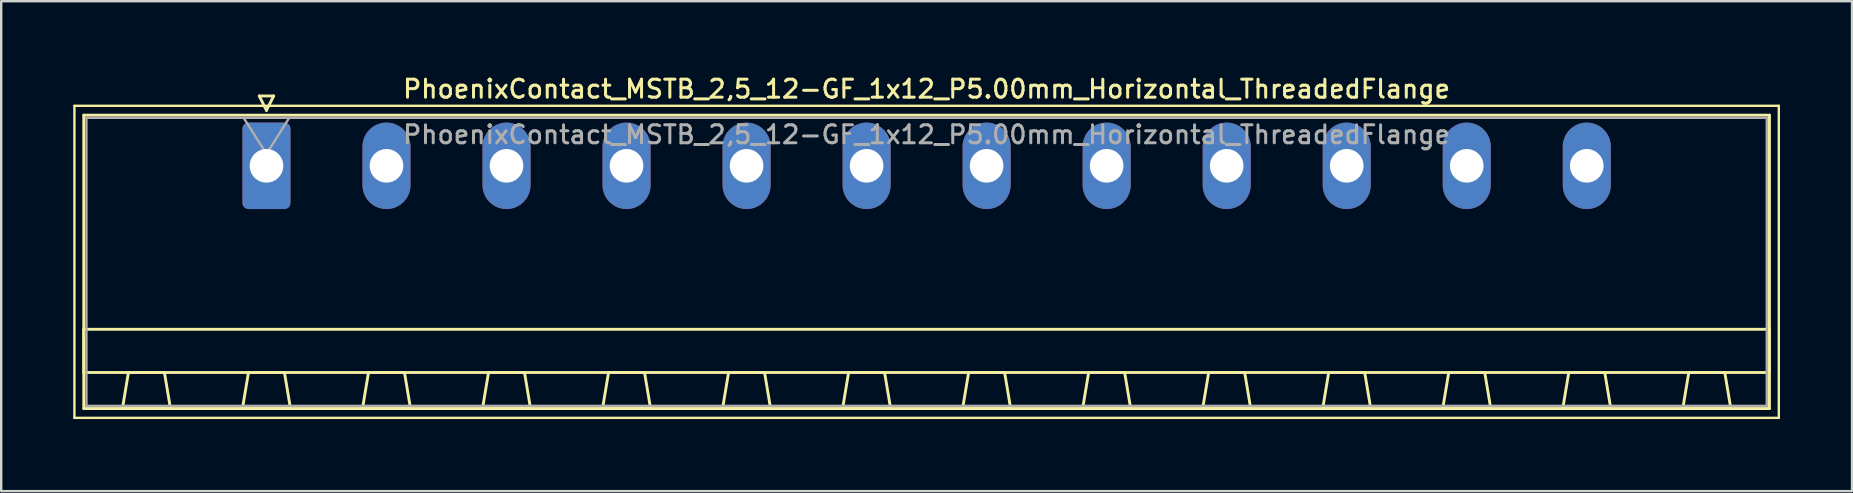
<source format=kicad_pcb>
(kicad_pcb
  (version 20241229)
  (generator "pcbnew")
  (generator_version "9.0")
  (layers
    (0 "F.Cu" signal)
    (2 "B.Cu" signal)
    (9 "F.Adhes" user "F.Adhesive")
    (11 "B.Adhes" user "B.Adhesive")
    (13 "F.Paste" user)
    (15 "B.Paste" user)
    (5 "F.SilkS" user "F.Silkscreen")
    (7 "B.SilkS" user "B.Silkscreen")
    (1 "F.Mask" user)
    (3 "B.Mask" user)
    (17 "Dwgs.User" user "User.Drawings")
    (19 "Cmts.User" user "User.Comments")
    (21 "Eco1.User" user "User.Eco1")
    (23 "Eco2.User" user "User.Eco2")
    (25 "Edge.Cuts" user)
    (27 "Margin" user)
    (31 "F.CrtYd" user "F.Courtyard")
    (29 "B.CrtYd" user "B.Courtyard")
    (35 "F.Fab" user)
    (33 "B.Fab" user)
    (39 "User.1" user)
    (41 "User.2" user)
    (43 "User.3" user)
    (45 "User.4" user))
  (footprint "PhoenixContact_MSTB_2,5_12-GF_1x12_P5.00mm_Horizontal_ThreadedFlange"
    (layer "F.Cu")
    (at 8.05 3.858)
    (property "Reference" "PhoenixContact_MSTB_2,5_12-GF_1x12_P5.00mm_Horizontal_ThreadedFlange" (at 27.5 -3.2 0) (layer "F.SilkS") (effects (font (size 0.75 0.75) (thickness 0.125))))
    (attr through_hole)
    (fp_line (start -8 -2.5) (end -8 10.5) (stroke (width 0.1) (type solid)) (layer "F.SilkS"))
    (fp_line (start -8 10.5) (end 63 10.5) (stroke (width 0.1) (type solid)) (layer "F.SilkS"))
    (fp_line (start -7.61 -2.11) (end -7.61 10.11) (stroke (width 0.12) (type solid)) (layer "F.SilkS"))
    (fp_line (start -7.61 6.81) (end 62.61 6.81) (stroke (width 0.12) (type solid)) (layer "F.SilkS"))
    (fp_line (start -7.61 8.61) (end -7.61 6.81) (stroke (width 0.12) (type solid)) (layer "F.SilkS"))
    (fp_line (start -7.61 10.11) (end 62.61 10.11) (stroke (width 0.12) (type solid)) (layer "F.SilkS"))
    (fp_line (start -6 10.11) (end -4 10.11) (stroke (width 0.12) (type solid)) (layer "F.SilkS"))
    (fp_line (start -5.75 8.61) (end -6 10.11) (stroke (width 0.12) (type solid)) (layer "F.SilkS"))
    (fp_line (start -4.25 8.61) (end -5.75 8.61) (stroke (width 0.12) (type solid)) (layer "F.SilkS"))
    (fp_line (start -4 10.11) (end -4.25 8.61) (stroke (width 0.12) (type solid)) (layer "F.SilkS"))
    (fp_line (start -1 10.11) (end 1 10.11) (stroke (width 0.12) (type solid)) (layer "F.SilkS"))
    (fp_line (start -0.75 8.61) (end -1 10.11) (stroke (width 0.12) (type solid)) (layer "F.SilkS"))
    (fp_line (start -0.3 -2.91) (end 0.3 -2.91) (stroke (width 0.12) (type solid)) (layer "F.SilkS"))
    (fp_line (start 0 -2.31) (end -0.3 -2.91) (stroke (width 0.12) (type solid)) (layer "F.SilkS"))
    (fp_line (start 0.3 -2.91) (end 0 -2.31) (stroke (width 0.12) (type solid)) (layer "F.SilkS"))
    (fp_line (start 0.75 8.61) (end -0.75 8.61) (stroke (width 0.12) (type solid)) (layer "F.SilkS"))
    (fp_line (start 1 10.11) (end 0.75 8.61) (stroke (width 0.12) (type solid)) (layer "F.SilkS"))
    (fp_line (start 4 10.11) (end 6 10.11) (stroke (width 0.12) (type solid)) (layer "F.SilkS"))
    (fp_line (start 4.25 8.61) (end 4 10.11) (stroke (width 0.12) (type solid)) (layer "F.SilkS"))
    (fp_line (start 5.75 8.61) (end 4.25 8.61) (stroke (width 0.12) (type solid)) (layer "F.SilkS"))
    (fp_line (start 6 10.11) (end 5.75 8.61) (stroke (width 0.12) (type solid)) (layer "F.SilkS"))
    (fp_line (start 9 10.11) (end 11 10.11) (stroke (width 0.12) (type solid)) (layer "F.SilkS"))
    (fp_line (start 9.25 8.61) (end 9 10.11) (stroke (width 0.12) (type solid)) (layer "F.SilkS"))
    (fp_line (start 10.75 8.61) (end 9.25 8.61) (stroke (width 0.12) (type solid)) (layer "F.SilkS"))
    (fp_line (start 11 10.11) (end 10.75 8.61) (stroke (width 0.12) (type solid)) (layer "F.SilkS"))
    (fp_line (start 14 10.11) (end 16 10.11) (stroke (width 0.12) (type solid)) (layer "F.SilkS"))
    (fp_line (start 14.25 8.61) (end 14 10.11) (stroke (width 0.12) (type solid)) (layer "F.SilkS"))
    (fp_line (start 15.75 8.61) (end 14.25 8.61) (stroke (width 0.12) (type solid)) (layer "F.SilkS"))
    (fp_line (start 16 10.11) (end 15.75 8.61) (stroke (width 0.12) (type solid)) (layer "F.SilkS"))
    (fp_line (start 19 10.11) (end 21 10.11) (stroke (width 0.12) (type solid)) (layer "F.SilkS"))
    (fp_line (start 19.25 8.61) (end 19 10.11) (stroke (width 0.12) (type solid)) (layer "F.SilkS"))
    (fp_line (start 20.75 8.61) (end 19.25 8.61) (stroke (width 0.12) (type solid)) (layer "F.SilkS"))
    (fp_line (start 21 10.11) (end 20.75 8.61) (stroke (width 0.12) (type solid)) (layer "F.SilkS"))
    (fp_line (start 24 10.11) (end 26 10.11) (stroke (width 0.12) (type solid)) (layer "F.SilkS"))
    (fp_line (start 24.25 8.61) (end 24 10.11) (stroke (width 0.12) (type solid)) (layer "F.SilkS"))
    (fp_line (start 25.75 8.61) (end 24.25 8.61) (stroke (width 0.12) (type solid)) (layer "F.SilkS"))
    (fp_line (start 26 10.11) (end 25.75 8.61) (stroke (width 0.12) (type solid)) (layer "F.SilkS"))
    (fp_line (start 29 10.11) (end 31 10.11) (stroke (width 0.12) (type solid)) (layer "F.SilkS"))
    (fp_line (start 29.25 8.61) (end 29 10.11) (stroke (width 0.12) (type solid)) (layer "F.SilkS"))
    (fp_line (start 30.75 8.61) (end 29.25 8.61) (stroke (width 0.12) (type solid)) (layer "F.SilkS"))
    (fp_line (start 31 10.11) (end 30.75 8.61) (stroke (width 0.12) (type solid)) (layer "F.SilkS"))
    (fp_line (start 34 10.11) (end 36 10.11) (stroke (width 0.12) (type solid)) (layer "F.SilkS"))
    (fp_line (start 34.25 8.61) (end 34 10.11) (stroke (width 0.12) (type solid)) (layer "F.SilkS"))
    (fp_line (start 35.75 8.61) (end 34.25 8.61) (stroke (width 0.12) (type solid)) (layer "F.SilkS"))
    (fp_line (start 36 10.11) (end 35.75 8.61) (stroke (width 0.12) (type solid)) (layer "F.SilkS"))
    (fp_line (start 39 10.11) (end 41 10.11) (stroke (width 0.12) (type solid)) (layer "F.SilkS"))
    (fp_line (start 39.25 8.61) (end 39 10.11) (stroke (width 0.12) (type solid)) (layer "F.SilkS"))
    (fp_line (start 40.75 8.61) (end 39.25 8.61) (stroke (width 0.12) (type solid)) (layer "F.SilkS"))
    (fp_line (start 41 10.11) (end 40.75 8.61) (stroke (width 0.12) (type solid)) (layer "F.SilkS"))
    (fp_line (start 44 10.11) (end 46 10.11) (stroke (width 0.12) (type solid)) (layer "F.SilkS"))
    (fp_line (start 44.25 8.61) (end 44 10.11) (stroke (width 0.12) (type solid)) (layer "F.SilkS"))
    (fp_line (start 45.75 8.61) (end 44.25 8.61) (stroke (width 0.12) (type solid)) (layer "F.SilkS"))
    (fp_line (start 46 10.11) (end 45.75 8.61) (stroke (width 0.12) (type solid)) (layer "F.SilkS"))
    (fp_line (start 49 10.11) (end 51 10.11) (stroke (width 0.12) (type solid)) (layer "F.SilkS"))
    (fp_line (start 49.25 8.61) (end 49 10.11) (stroke (width 0.12) (type solid)) (layer "F.SilkS"))
    (fp_line (start 50.75 8.61) (end 49.25 8.61) (stroke (width 0.12) (type solid)) (layer "F.SilkS"))
    (fp_line (start 51 10.11) (end 50.75 8.61) (stroke (width 0.12) (type solid)) (layer "F.SilkS"))
    (fp_line (start 54 10.11) (end 56 10.11) (stroke (width 0.12) (type solid)) (layer "F.SilkS"))
    (fp_line (start 54.25 8.61) (end 54 10.11) (stroke (width 0.12) (type solid)) (layer "F.SilkS"))
    (fp_line (start 55.75 8.61) (end 54.25 8.61) (stroke (width 0.12) (type solid)) (layer "F.SilkS"))
    (fp_line (start 56 10.11) (end 55.75 8.61) (stroke (width 0.12) (type solid)) (layer "F.SilkS"))
    (fp_line (start 59 10.11) (end 61 10.11) (stroke (width 0.12) (type solid)) (layer "F.SilkS"))
    (fp_line (start 59.25 8.61) (end 59 10.11) (stroke (width 0.12) (type solid)) (layer "F.SilkS"))
    (fp_line (start 60.75 8.61) (end 59.25 8.61) (stroke (width 0.12) (type solid)) (layer "F.SilkS"))
    (fp_line (start 61 10.11) (end 60.75 8.61) (stroke (width 0.12) (type solid)) (layer "F.SilkS"))
    (fp_line (start 62.61 -2.11) (end -7.61 -2.11) (stroke (width 0.12) (type solid)) (layer "F.SilkS"))
    (fp_line (start 62.61 6.81) (end 62.61 8.61) (stroke (width 0.12) (type solid)) (layer "F.SilkS"))
    (fp_line (start 62.61 8.61) (end -7.61 8.61) (stroke (width 0.12) (type solid)) (layer "F.SilkS"))
    (fp_line (start 62.61 10.11) (end 62.61 -2.11) (stroke (width 0.12) (type solid)) (layer "F.SilkS"))
    (fp_line (start 63 -2.5) (end -8 -2.5) (stroke (width 0.1) (type solid)) (layer "F.SilkS"))
    (fp_line (start 63 10.5) (end 63 -2.5) (stroke (width 0.1) (type solid)) (layer "F.SilkS"))
    (fp_line (start -7.5 -2) (end -7.5 10) (stroke (width 0.1) (type solid)) (layer "F.Fab"))
    (fp_line (start -7.5 10) (end 62.5 10) (stroke (width 0.1) (type solid)) (layer "F.Fab"))
    (fp_line (start 0 -0.5) (end -0.95 -2) (stroke (width 0.1) (type solid)) (layer "F.Fab"))
    (fp_line (start 0.95 -2) (end 0 -0.5) (stroke (width 0.1) (type solid)) (layer "F.Fab"))
    (fp_line (start 62.5 -2) (end -7.5 -2) (stroke (width 0.1) (type solid)) (layer "F.Fab"))
    (fp_line (start 62.5 10) (end 62.5 -2) (stroke (width 0.1) (type solid)) (layer "F.Fab"))
    (fp_text user "${REFERENCE}" (at 27.5 -1.3 0) (layer "F.Fab") (effects (font (size 0.75 0.75) (thickness 0.125))))
    (pad "1" thru_hole roundrect (at 0 0) (size 2 3.6) (drill 1.4) (layers "*.Cu" "*.Mask") (roundrect_rratio 0.125))
    (pad "2" thru_hole oval (at 5 0) (size 2 3.6) (drill 1.4) (layers "*.Cu" "*.Mask"))
    (pad "3" thru_hole oval (at 10 0) (size 2 3.6) (drill 1.4) (layers "*.Cu" "*.Mask"))
    (pad "4" thru_hole oval (at 15 0) (size 2 3.6) (drill 1.4) (layers "*.Cu" "*.Mask"))
    (pad "5" thru_hole oval (at 20 0) (size 2 3.6) (drill 1.4) (layers "*.Cu" "*.Mask"))
    (pad "6" thru_hole oval (at 25 0) (size 2 3.6) (drill 1.4) (layers "*.Cu" "*.Mask"))
    (pad "7" thru_hole oval (at 30 0) (size 2 3.6) (drill 1.4) (layers "*.Cu" "*.Mask"))
    (pad "8" thru_hole oval (at 35 0) (size 2 3.6) (drill 1.4) (layers "*.Cu" "*.Mask"))
    (pad "9" thru_hole oval (at 40 0) (size 2 3.6) (drill 1.4) (layers "*.Cu" "*.Mask"))
    (pad "10" thru_hole oval (at 45 0) (size 2 3.6) (drill 1.4) (layers "*.Cu" "*.Mask"))
    (pad "11" thru_hole oval (at 50 0) (size 2 3.6) (drill 1.4) (layers "*.Cu" "*.Mask"))
    (pad "12" thru_hole oval (at 55 0) (size 2 3.6) (drill 1.4) (layers "*.Cu" "*.Mask")))
  (gr_rect
    (start -3 -3)
    (end 74.1 17.408)
    (stroke (width 0.1) (type default))
    (fill no)
    (layer "Edge.Cuts")))
</source>
